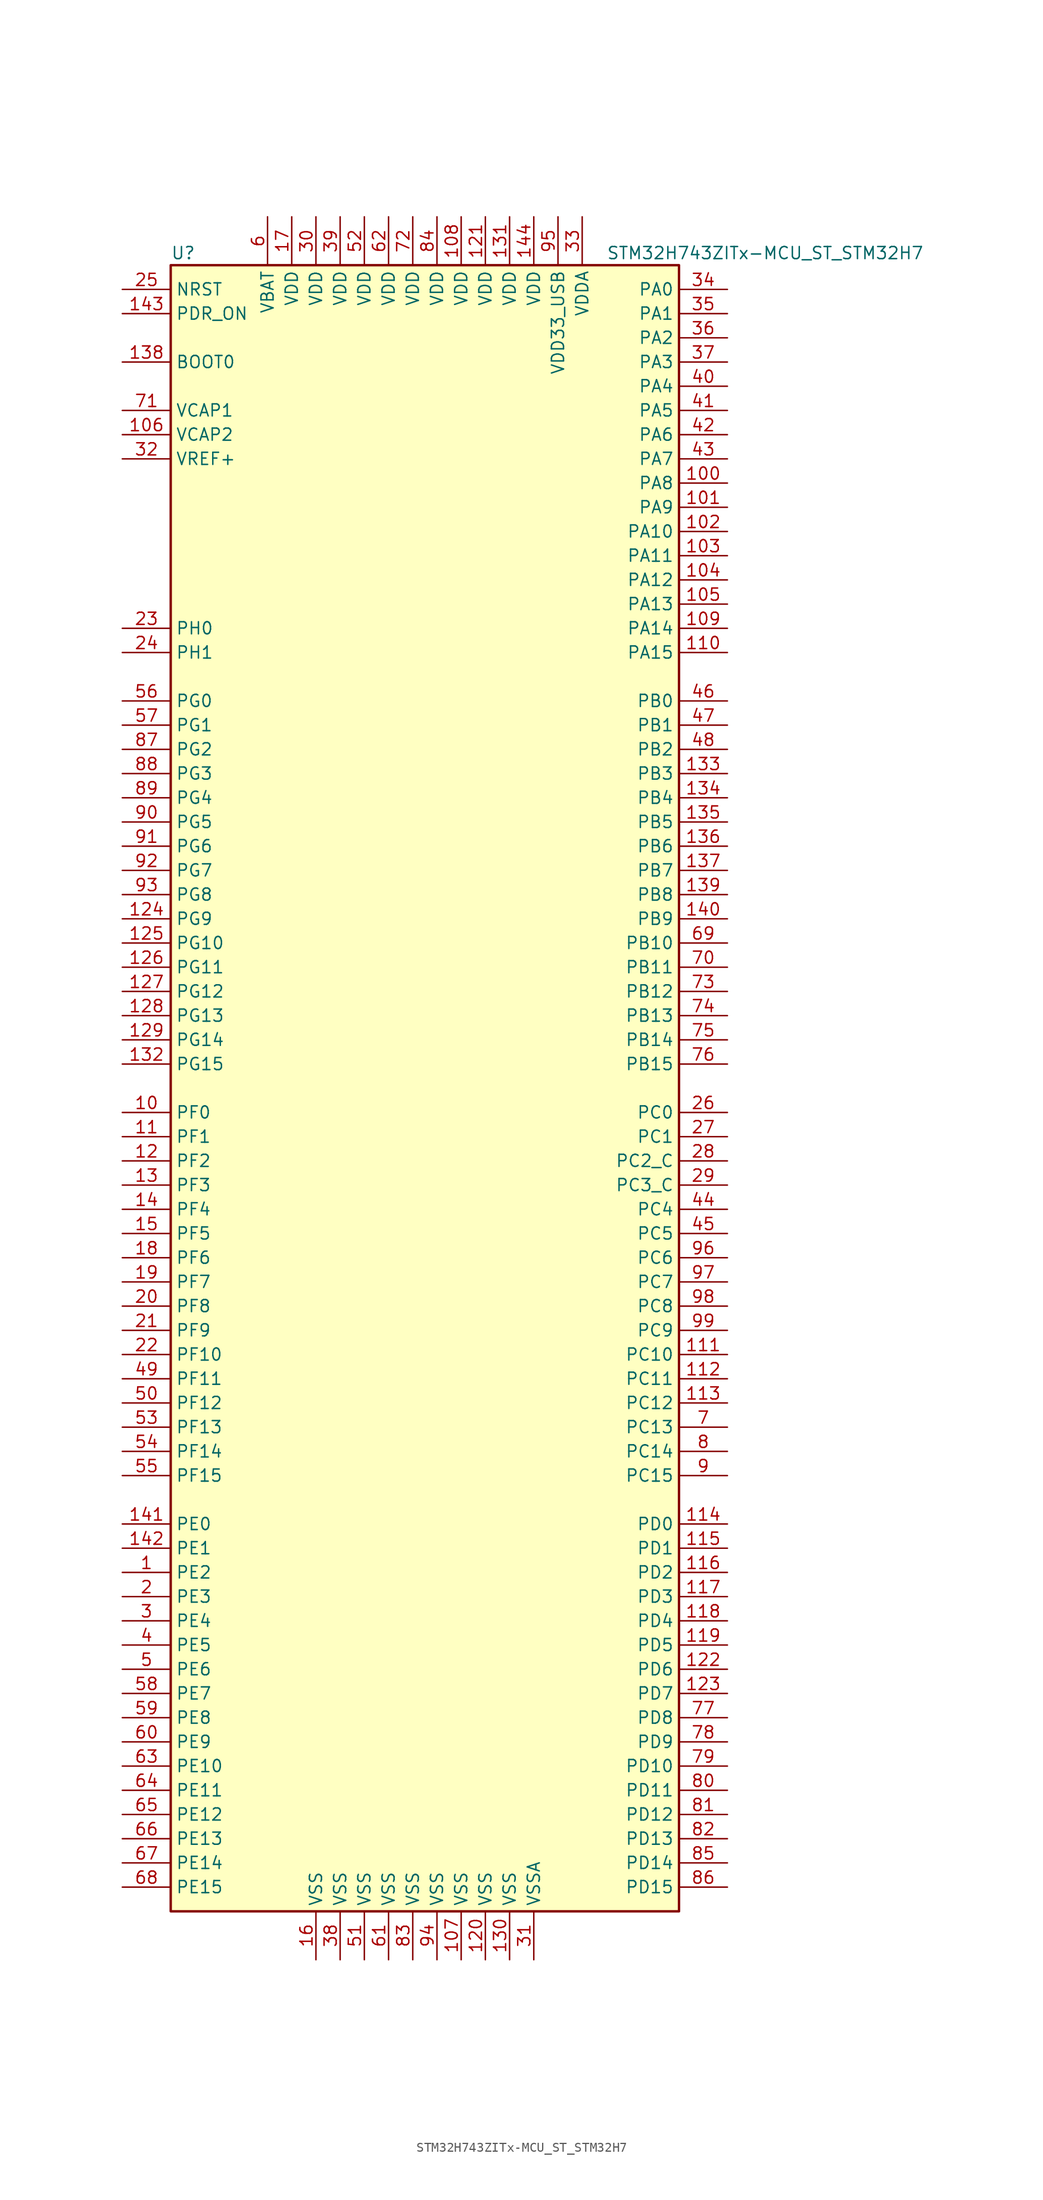
<source format=kicad_sym>
(kicad_symbol_lib
  (version 20210619)
  (generator kicad_symbol_editor)
  (symbol "FreeEEG32-ads131-rescue:STM32H743ZITx-MCU_ST_STM32H7"
    (property "Reference" "U"
      (at -27.94 87.63 0)
      (effects (font (size 1.27 1.27)) (justify left)))
    (property "Value" "STM32H743ZITx-MCU_ST_STM32H7"
      (at 17.78 87.63 0)
      (effects (font (size 1.27 1.27)) (justify left)))
    (symbol "STM32H743ZITx-MCU_ST_STM32H7_0_1"
      (rectangle (start -27.94 -86.36) (end 25.4 86.36) (stroke (width 0.254)) (fill (type background))))
    (symbol "STM32H743ZITx-MCU_ST_STM32H7_1_1"
      (pin bidirectional line (at -33.02 -50.8 0) (length 5.08) (name "PE2" (effects (font (size 1.27 1.27)))) (number "1" (effects (font (size 1.27 1.27)))))
      (pin bidirectional line (at -33.02 -2.54 0) (length 5.08) (name "PF0" (effects (font (size 1.27 1.27)))) (number "10" (effects (font (size 1.27 1.27)))))
      (pin bidirectional line (at 30.48 63.5 180) (length 5.08) (name "PA8" (effects (font (size 1.27 1.27)))) (number "100" (effects (font (size 1.27 1.27)))))
      (pin bidirectional line (at 30.48 60.96 180) (length 5.08) (name "PA9" (effects (font (size 1.27 1.27)))) (number "101" (effects (font (size 1.27 1.27)))))
      (pin bidirectional line (at 30.48 58.42 180) (length 5.08) (name "PA10" (effects (font (size 1.27 1.27)))) (number "102" (effects (font (size 1.27 1.27)))))
      (pin bidirectional line (at 30.48 55.88 180) (length 5.08) (name "PA11" (effects (font (size 1.27 1.27)))) (number "103" (effects (font (size 1.27 1.27)))))
      (pin bidirectional line (at 30.48 53.34 180) (length 5.08) (name "PA12" (effects (font (size 1.27 1.27)))) (number "104" (effects (font (size 1.27 1.27)))))
      (pin bidirectional line (at 30.48 50.8 180) (length 5.08) (name "PA13" (effects (font (size 1.27 1.27)))) (number "105" (effects (font (size 1.27 1.27)))))
      (pin power_in line (at -33.02 68.58 0) (length 5.08) (name "VCAP2" (effects (font (size 1.27 1.27)))) (number "106" (effects (font (size 1.27 1.27)))))
      (pin power_in line (at 2.54 -91.44 90) (length 5.08) (name "VSS" (effects (font (size 1.27 1.27)))) (number "107" (effects (font (size 1.27 1.27)))))
      (pin power_in line (at 2.54 91.44 270) (length 5.08) (name "VDD" (effects (font (size 1.27 1.27)))) (number "108" (effects (font (size 1.27 1.27)))))
      (pin bidirectional line (at 30.48 48.26 180) (length 5.08) (name "PA14" (effects (font (size 1.27 1.27)))) (number "109" (effects (font (size 1.27 1.27)))))
      (pin bidirectional line (at -33.02 -5.08 0) (length 5.08) (name "PF1" (effects (font (size 1.27 1.27)))) (number "11" (effects (font (size 1.27 1.27)))))
      (pin bidirectional line (at 30.48 45.72 180) (length 5.08) (name "PA15" (effects (font (size 1.27 1.27)))) (number "110" (effects (font (size 1.27 1.27)))))
      (pin bidirectional line (at 30.48 -27.94 180) (length 5.08) (name "PC10" (effects (font (size 1.27 1.27)))) (number "111" (effects (font (size 1.27 1.27)))))
      (pin bidirectional line (at 30.48 -30.48 180) (length 5.08) (name "PC11" (effects (font (size 1.27 1.27)))) (number "112" (effects (font (size 1.27 1.27)))))
      (pin bidirectional line (at 30.48 -33.02 180) (length 5.08) (name "PC12" (effects (font (size 1.27 1.27)))) (number "113" (effects (font (size 1.27 1.27)))))
      (pin bidirectional line (at 30.48 -45.72 180) (length 5.08) (name "PD0" (effects (font (size 1.27 1.27)))) (number "114" (effects (font (size 1.27 1.27)))))
      (pin bidirectional line (at 30.48 -48.26 180) (length 5.08) (name "PD1" (effects (font (size 1.27 1.27)))) (number "115" (effects (font (size 1.27 1.27)))))
      (pin bidirectional line (at 30.48 -50.8 180) (length 5.08) (name "PD2" (effects (font (size 1.27 1.27)))) (number "116" (effects (font (size 1.27 1.27)))))
      (pin bidirectional line (at 30.48 -53.34 180) (length 5.08) (name "PD3" (effects (font (size 1.27 1.27)))) (number "117" (effects (font (size 1.27 1.27)))))
      (pin bidirectional line (at 30.48 -55.88 180) (length 5.08) (name "PD4" (effects (font (size 1.27 1.27)))) (number "118" (effects (font (size 1.27 1.27)))))
      (pin bidirectional line (at 30.48 -58.42 180) (length 5.08) (name "PD5" (effects (font (size 1.27 1.27)))) (number "119" (effects (font (size 1.27 1.27)))))
      (pin bidirectional line (at -33.02 -7.62 0) (length 5.08) (name "PF2" (effects (font (size 1.27 1.27)))) (number "12" (effects (font (size 1.27 1.27)))))
      (pin power_in line (at 5.08 -91.44 90) (length 5.08) (name "VSS" (effects (font (size 1.27 1.27)))) (number "120" (effects (font (size 1.27 1.27)))))
      (pin power_in line (at 5.08 91.44 270) (length 5.08) (name "VDD" (effects (font (size 1.27 1.27)))) (number "121" (effects (font (size 1.27 1.27)))))
      (pin bidirectional line (at 30.48 -60.96 180) (length 5.08) (name "PD6" (effects (font (size 1.27 1.27)))) (number "122" (effects (font (size 1.27 1.27)))))
      (pin bidirectional line (at 30.48 -63.5 180) (length 5.08) (name "PD7" (effects (font (size 1.27 1.27)))) (number "123" (effects (font (size 1.27 1.27)))))
      (pin bidirectional line (at -33.02 17.78 0) (length 5.08) (name "PG9" (effects (font (size 1.27 1.27)))) (number "124" (effects (font (size 1.27 1.27)))))
      (pin bidirectional line (at -33.02 15.24 0) (length 5.08) (name "PG10" (effects (font (size 1.27 1.27)))) (number "125" (effects (font (size 1.27 1.27)))))
      (pin bidirectional line (at -33.02 12.7 0) (length 5.08) (name "PG11" (effects (font (size 1.27 1.27)))) (number "126" (effects (font (size 1.27 1.27)))))
      (pin bidirectional line (at -33.02 10.16 0) (length 5.08) (name "PG12" (effects (font (size 1.27 1.27)))) (number "127" (effects (font (size 1.27 1.27)))))
      (pin bidirectional line (at -33.02 7.62 0) (length 5.08) (name "PG13" (effects (font (size 1.27 1.27)))) (number "128" (effects (font (size 1.27 1.27)))))
      (pin bidirectional line (at -33.02 5.08 0) (length 5.08) (name "PG14" (effects (font (size 1.27 1.27)))) (number "129" (effects (font (size 1.27 1.27)))))
      (pin bidirectional line (at -33.02 -10.16 0) (length 5.08) (name "PF3" (effects (font (size 1.27 1.27)))) (number "13" (effects (font (size 1.27 1.27)))))
      (pin power_in line (at 7.62 -91.44 90) (length 5.08) (name "VSS" (effects (font (size 1.27 1.27)))) (number "130" (effects (font (size 1.27 1.27)))))
      (pin power_in line (at 7.62 91.44 270) (length 5.08) (name "VDD" (effects (font (size 1.27 1.27)))) (number "131" (effects (font (size 1.27 1.27)))))
      (pin bidirectional line (at -33.02 2.54 0) (length 5.08) (name "PG15" (effects (font (size 1.27 1.27)))) (number "132" (effects (font (size 1.27 1.27)))))
      (pin bidirectional line (at 30.48 33.02 180) (length 5.08) (name "PB3" (effects (font (size 1.27 1.27)))) (number "133" (effects (font (size 1.27 1.27)))))
      (pin bidirectional line (at 30.48 30.48 180) (length 5.08) (name "PB4" (effects (font (size 1.27 1.27)))) (number "134" (effects (font (size 1.27 1.27)))))
      (pin bidirectional line (at 30.48 27.94 180) (length 5.08) (name "PB5" (effects (font (size 1.27 1.27)))) (number "135" (effects (font (size 1.27 1.27)))))
      (pin bidirectional line (at 30.48 25.4 180) (length 5.08) (name "PB6" (effects (font (size 1.27 1.27)))) (number "136" (effects (font (size 1.27 1.27)))))
      (pin bidirectional line (at 30.48 22.86 180) (length 5.08) (name "PB7" (effects (font (size 1.27 1.27)))) (number "137" (effects (font (size 1.27 1.27)))))
      (pin input line (at -33.02 76.2 0) (length 5.08) (name "BOOT0" (effects (font (size 1.27 1.27)))) (number "138" (effects (font (size 1.27 1.27)))))
      (pin bidirectional line (at 30.48 20.32 180) (length 5.08) (name "PB8" (effects (font (size 1.27 1.27)))) (number "139" (effects (font (size 1.27 1.27)))))
      (pin bidirectional line (at -33.02 -12.7 0) (length 5.08) (name "PF4" (effects (font (size 1.27 1.27)))) (number "14" (effects (font (size 1.27 1.27)))))
      (pin bidirectional line (at 30.48 17.78 180) (length 5.08) (name "PB9" (effects (font (size 1.27 1.27)))) (number "140" (effects (font (size 1.27 1.27)))))
      (pin bidirectional line (at -33.02 -45.72 0) (length 5.08) (name "PE0" (effects (font (size 1.27 1.27)))) (number "141" (effects (font (size 1.27 1.27)))))
      (pin bidirectional line (at -33.02 -48.26 0) (length 5.08) (name "PE1" (effects (font (size 1.27 1.27)))) (number "142" (effects (font (size 1.27 1.27)))))
      (pin input line (at -33.02 81.28 0) (length 5.08) (name "PDR_ON" (effects (font (size 1.27 1.27)))) (number "143" (effects (font (size 1.27 1.27)))))
      (pin power_in line (at 10.16 91.44 270) (length 5.08) (name "VDD" (effects (font (size 1.27 1.27)))) (number "144" (effects (font (size 1.27 1.27)))))
      (pin bidirectional line (at -33.02 -15.24 0) (length 5.08) (name "PF5" (effects (font (size 1.27 1.27)))) (number "15" (effects (font (size 1.27 1.27)))))
      (pin power_in line (at -12.7 -91.44 90) (length 5.08) (name "VSS" (effects (font (size 1.27 1.27)))) (number "16" (effects (font (size 1.27 1.27)))))
      (pin power_in line (at -15.24 91.44 270) (length 5.08) (name "VDD" (effects (font (size 1.27 1.27)))) (number "17" (effects (font (size 1.27 1.27)))))
      (pin bidirectional line (at -33.02 -17.78 0) (length 5.08) (name "PF6" (effects (font (size 1.27 1.27)))) (number "18" (effects (font (size 1.27 1.27)))))
      (pin bidirectional line (at -33.02 -20.32 0) (length 5.08) (name "PF7" (effects (font (size 1.27 1.27)))) (number "19" (effects (font (size 1.27 1.27)))))
      (pin bidirectional line (at -33.02 -53.34 0) (length 5.08) (name "PE3" (effects (font (size 1.27 1.27)))) (number "2" (effects (font (size 1.27 1.27)))))
      (pin bidirectional line (at -33.02 -22.86 0) (length 5.08) (name "PF8" (effects (font (size 1.27 1.27)))) (number "20" (effects (font (size 1.27 1.27)))))
      (pin bidirectional line (at -33.02 -25.4 0) (length 5.08) (name "PF9" (effects (font (size 1.27 1.27)))) (number "21" (effects (font (size 1.27 1.27)))))
      (pin bidirectional line (at -33.02 -27.94 0) (length 5.08) (name "PF10" (effects (font (size 1.27 1.27)))) (number "22" (effects (font (size 1.27 1.27)))))
      (pin input line (at -33.02 48.26 0) (length 5.08) (name "PH0" (effects (font (size 1.27 1.27)))) (number "23" (effects (font (size 1.27 1.27)))))
      (pin input line (at -33.02 45.72 0) (length 5.08) (name "PH1" (effects (font (size 1.27 1.27)))) (number "24" (effects (font (size 1.27 1.27)))))
      (pin input line (at -33.02 83.82 0) (length 5.08) (name "NRST" (effects (font (size 1.27 1.27)))) (number "25" (effects (font (size 1.27 1.27)))))
      (pin bidirectional line (at 30.48 -2.54 180) (length 5.08) (name "PC0" (effects (font (size 1.27 1.27)))) (number "26" (effects (font (size 1.27 1.27)))))
      (pin bidirectional line (at 30.48 -5.08 180) (length 5.08) (name "PC1" (effects (font (size 1.27 1.27)))) (number "27" (effects (font (size 1.27 1.27)))))
      (pin bidirectional line (at 30.48 -7.62 180) (length 5.08) (name "PC2_C" (effects (font (size 1.27 1.27)))) (number "28" (effects (font (size 1.27 1.27)))))
      (pin bidirectional line (at 30.48 -10.16 180) (length 5.08) (name "PC3_C" (effects (font (size 1.27 1.27)))) (number "29" (effects (font (size 1.27 1.27)))))
      (pin bidirectional line (at -33.02 -55.88 0) (length 5.08) (name "PE4" (effects (font (size 1.27 1.27)))) (number "3" (effects (font (size 1.27 1.27)))))
      (pin power_in line (at -12.7 91.44 270) (length 5.08) (name "VDD" (effects (font (size 1.27 1.27)))) (number "30" (effects (font (size 1.27 1.27)))))
      (pin power_in line (at 10.16 -91.44 90) (length 5.08) (name "VSSA" (effects (font (size 1.27 1.27)))) (number "31" (effects (font (size 1.27 1.27)))))
      (pin bidirectional line (at -33.02 66.04 0) (length 5.08) (name "VREF+" (effects (font (size 1.27 1.27)))) (number "32" (effects (font (size 1.27 1.27)))))
      (pin power_in line (at 15.24 91.44 270) (length 5.08) (name "VDDA" (effects (font (size 1.27 1.27)))) (number "33" (effects (font (size 1.27 1.27)))))
      (pin bidirectional line (at 30.48 83.82 180) (length 5.08) (name "PA0" (effects (font (size 1.27 1.27)))) (number "34" (effects (font (size 1.27 1.27)))))
      (pin bidirectional line (at 30.48 81.28 180) (length 5.08) (name "PA1" (effects (font (size 1.27 1.27)))) (number "35" (effects (font (size 1.27 1.27)))))
      (pin bidirectional line (at 30.48 78.74 180) (length 5.08) (name "PA2" (effects (font (size 1.27 1.27)))) (number "36" (effects (font (size 1.27 1.27)))))
      (pin bidirectional line (at 30.48 76.2 180) (length 5.08) (name "PA3" (effects (font (size 1.27 1.27)))) (number "37" (effects (font (size 1.27 1.27)))))
      (pin power_in line (at -10.16 -91.44 90) (length 5.08) (name "VSS" (effects (font (size 1.27 1.27)))) (number "38" (effects (font (size 1.27 1.27)))))
      (pin power_in line (at -10.16 91.44 270) (length 5.08) (name "VDD" (effects (font (size 1.27 1.27)))) (number "39" (effects (font (size 1.27 1.27)))))
      (pin bidirectional line (at -33.02 -58.42 0) (length 5.08) (name "PE5" (effects (font (size 1.27 1.27)))) (number "4" (effects (font (size 1.27 1.27)))))
      (pin bidirectional line (at 30.48 73.66 180) (length 5.08) (name "PA4" (effects (font (size 1.27 1.27)))) (number "40" (effects (font (size 1.27 1.27)))))
      (pin bidirectional line (at 30.48 71.12 180) (length 5.08) (name "PA5" (effects (font (size 1.27 1.27)))) (number "41" (effects (font (size 1.27 1.27)))))
      (pin bidirectional line (at 30.48 68.58 180) (length 5.08) (name "PA6" (effects (font (size 1.27 1.27)))) (number "42" (effects (font (size 1.27 1.27)))))
      (pin bidirectional line (at 30.48 66.04 180) (length 5.08) (name "PA7" (effects (font (size 1.27 1.27)))) (number "43" (effects (font (size 1.27 1.27)))))
      (pin bidirectional line (at 30.48 -12.7 180) (length 5.08) (name "PC4" (effects (font (size 1.27 1.27)))) (number "44" (effects (font (size 1.27 1.27)))))
      (pin bidirectional line (at 30.48 -15.24 180) (length 5.08) (name "PC5" (effects (font (size 1.27 1.27)))) (number "45" (effects (font (size 1.27 1.27)))))
      (pin bidirectional line (at 30.48 40.64 180) (length 5.08) (name "PB0" (effects (font (size 1.27 1.27)))) (number "46" (effects (font (size 1.27 1.27)))))
      (pin bidirectional line (at 30.48 38.1 180) (length 5.08) (name "PB1" (effects (font (size 1.27 1.27)))) (number "47" (effects (font (size 1.27 1.27)))))
      (pin bidirectional line (at 30.48 35.56 180) (length 5.08) (name "PB2" (effects (font (size 1.27 1.27)))) (number "48" (effects (font (size 1.27 1.27)))))
      (pin bidirectional line (at -33.02 -30.48 0) (length 5.08) (name "PF11" (effects (font (size 1.27 1.27)))) (number "49" (effects (font (size 1.27 1.27)))))
      (pin bidirectional line (at -33.02 -60.96 0) (length 5.08) (name "PE6" (effects (font (size 1.27 1.27)))) (number "5" (effects (font (size 1.27 1.27)))))
      (pin bidirectional line (at -33.02 -33.02 0) (length 5.08) (name "PF12" (effects (font (size 1.27 1.27)))) (number "50" (effects (font (size 1.27 1.27)))))
      (pin power_in line (at -7.62 -91.44 90) (length 5.08) (name "VSS" (effects (font (size 1.27 1.27)))) (number "51" (effects (font (size 1.27 1.27)))))
      (pin power_in line (at -7.62 91.44 270) (length 5.08) (name "VDD" (effects (font (size 1.27 1.27)))) (number "52" (effects (font (size 1.27 1.27)))))
      (pin bidirectional line (at -33.02 -35.56 0) (length 5.08) (name "PF13" (effects (font (size 1.27 1.27)))) (number "53" (effects (font (size 1.27 1.27)))))
      (pin bidirectional line (at -33.02 -38.1 0) (length 5.08) (name "PF14" (effects (font (size 1.27 1.27)))) (number "54" (effects (font (size 1.27 1.27)))))
      (pin bidirectional line (at -33.02 -40.64 0) (length 5.08) (name "PF15" (effects (font (size 1.27 1.27)))) (number "55" (effects (font (size 1.27 1.27)))))
      (pin bidirectional line (at -33.02 40.64 0) (length 5.08) (name "PG0" (effects (font (size 1.27 1.27)))) (number "56" (effects (font (size 1.27 1.27)))))
      (pin bidirectional line (at -33.02 38.1 0) (length 5.08) (name "PG1" (effects (font (size 1.27 1.27)))) (number "57" (effects (font (size 1.27 1.27)))))
      (pin bidirectional line (at -33.02 -63.5 0) (length 5.08) (name "PE7" (effects (font (size 1.27 1.27)))) (number "58" (effects (font (size 1.27 1.27)))))
      (pin bidirectional line (at -33.02 -66.04 0) (length 5.08) (name "PE8" (effects (font (size 1.27 1.27)))) (number "59" (effects (font (size 1.27 1.27)))))
      (pin power_in line (at -17.78 91.44 270) (length 5.08) (name "VBAT" (effects (font (size 1.27 1.27)))) (number "6" (effects (font (size 1.27 1.27)))))
      (pin bidirectional line (at -33.02 -68.58 0) (length 5.08) (name "PE9" (effects (font (size 1.27 1.27)))) (number "60" (effects (font (size 1.27 1.27)))))
      (pin power_in line (at -5.08 -91.44 90) (length 5.08) (name "VSS" (effects (font (size 1.27 1.27)))) (number "61" (effects (font (size 1.27 1.27)))))
      (pin power_in line (at -5.08 91.44 270) (length 5.08) (name "VDD" (effects (font (size 1.27 1.27)))) (number "62" (effects (font (size 1.27 1.27)))))
      (pin bidirectional line (at -33.02 -71.12 0) (length 5.08) (name "PE10" (effects (font (size 1.27 1.27)))) (number "63" (effects (font (size 1.27 1.27)))))
      (pin bidirectional line (at -33.02 -73.66 0) (length 5.08) (name "PE11" (effects (font (size 1.27 1.27)))) (number "64" (effects (font (size 1.27 1.27)))))
      (pin bidirectional line (at -33.02 -76.2 0) (length 5.08) (name "PE12" (effects (font (size 1.27 1.27)))) (number "65" (effects (font (size 1.27 1.27)))))
      (pin bidirectional line (at -33.02 -78.74 0) (length 5.08) (name "PE13" (effects (font (size 1.27 1.27)))) (number "66" (effects (font (size 1.27 1.27)))))
      (pin bidirectional line (at -33.02 -81.28 0) (length 5.08) (name "PE14" (effects (font (size 1.27 1.27)))) (number "67" (effects (font (size 1.27 1.27)))))
      (pin bidirectional line (at -33.02 -83.82 0) (length 5.08) (name "PE15" (effects (font (size 1.27 1.27)))) (number "68" (effects (font (size 1.27 1.27)))))
      (pin bidirectional line (at 30.48 15.24 180) (length 5.08) (name "PB10" (effects (font (size 1.27 1.27)))) (number "69" (effects (font (size 1.27 1.27)))))
      (pin bidirectional line (at 30.48 -35.56 180) (length 5.08) (name "PC13" (effects (font (size 1.27 1.27)))) (number "7" (effects (font (size 1.27 1.27)))))
      (pin bidirectional line (at 30.48 12.7 180) (length 5.08) (name "PB11" (effects (font (size 1.27 1.27)))) (number "70" (effects (font (size 1.27 1.27)))))
      (pin power_in line (at -33.02 71.12 0) (length 5.08) (name "VCAP1" (effects (font (size 1.27 1.27)))) (number "71" (effects (font (size 1.27 1.27)))))
      (pin power_in line (at -2.54 91.44 270) (length 5.08) (name "VDD" (effects (font (size 1.27 1.27)))) (number "72" (effects (font (size 1.27 1.27)))))
      (pin bidirectional line (at 30.48 10.16 180) (length 5.08) (name "PB12" (effects (font (size 1.27 1.27)))) (number "73" (effects (font (size 1.27 1.27)))))
      (pin bidirectional line (at 30.48 7.62 180) (length 5.08) (name "PB13" (effects (font (size 1.27 1.27)))) (number "74" (effects (font (size 1.27 1.27)))))
      (pin bidirectional line (at 30.48 5.08 180) (length 5.08) (name "PB14" (effects (font (size 1.27 1.27)))) (number "75" (effects (font (size 1.27 1.27)))))
      (pin bidirectional line (at 30.48 2.54 180) (length 5.08) (name "PB15" (effects (font (size 1.27 1.27)))) (number "76" (effects (font (size 1.27 1.27)))))
      (pin bidirectional line (at 30.48 -66.04 180) (length 5.08) (name "PD8" (effects (font (size 1.27 1.27)))) (number "77" (effects (font (size 1.27 1.27)))))
      (pin bidirectional line (at 30.48 -68.58 180) (length 5.08) (name "PD9" (effects (font (size 1.27 1.27)))) (number "78" (effects (font (size 1.27 1.27)))))
      (pin bidirectional line (at 30.48 -71.12 180) (length 5.08) (name "PD10" (effects (font (size 1.27 1.27)))) (number "79" (effects (font (size 1.27 1.27)))))
      (pin bidirectional line (at 30.48 -38.1 180) (length 5.08) (name "PC14" (effects (font (size 1.27 1.27)))) (number "8" (effects (font (size 1.27 1.27)))))
      (pin bidirectional line (at 30.48 -73.66 180) (length 5.08) (name "PD11" (effects (font (size 1.27 1.27)))) (number "80" (effects (font (size 1.27 1.27)))))
      (pin bidirectional line (at 30.48 -76.2 180) (length 5.08) (name "PD12" (effects (font (size 1.27 1.27)))) (number "81" (effects (font (size 1.27 1.27)))))
      (pin bidirectional line (at 30.48 -78.74 180) (length 5.08) (name "PD13" (effects (font (size 1.27 1.27)))) (number "82" (effects (font (size 1.27 1.27)))))
      (pin power_in line (at -2.54 -91.44 90) (length 5.08) (name "VSS" (effects (font (size 1.27 1.27)))) (number "83" (effects (font (size 1.27 1.27)))))
      (pin power_in line (at 0 91.44 270) (length 5.08) (name "VDD" (effects (font (size 1.27 1.27)))) (number "84" (effects (font (size 1.27 1.27)))))
      (pin bidirectional line (at 30.48 -81.28 180) (length 5.08) (name "PD14" (effects (font (size 1.27 1.27)))) (number "85" (effects (font (size 1.27 1.27)))))
      (pin bidirectional line (at 30.48 -83.82 180) (length 5.08) (name "PD15" (effects (font (size 1.27 1.27)))) (number "86" (effects (font (size 1.27 1.27)))))
      (pin bidirectional line (at -33.02 35.56 0) (length 5.08) (name "PG2" (effects (font (size 1.27 1.27)))) (number "87" (effects (font (size 1.27 1.27)))))
      (pin bidirectional line (at -33.02 33.02 0) (length 5.08) (name "PG3" (effects (font (size 1.27 1.27)))) (number "88" (effects (font (size 1.27 1.27)))))
      (pin bidirectional line (at -33.02 30.48 0) (length 5.08) (name "PG4" (effects (font (size 1.27 1.27)))) (number "89" (effects (font (size 1.27 1.27)))))
      (pin bidirectional line (at 30.48 -40.64 180) (length 5.08) (name "PC15" (effects (font (size 1.27 1.27)))) (number "9" (effects (font (size 1.27 1.27)))))
      (pin bidirectional line (at -33.02 27.94 0) (length 5.08) (name "PG5" (effects (font (size 1.27 1.27)))) (number "90" (effects (font (size 1.27 1.27)))))
      (pin bidirectional line (at -33.02 25.4 0) (length 5.08) (name "PG6" (effects (font (size 1.27 1.27)))) (number "91" (effects (font (size 1.27 1.27)))))
      (pin bidirectional line (at -33.02 22.86 0) (length 5.08) (name "PG7" (effects (font (size 1.27 1.27)))) (number "92" (effects (font (size 1.27 1.27)))))
      (pin bidirectional line (at -33.02 20.32 0) (length 5.08) (name "PG8" (effects (font (size 1.27 1.27)))) (number "93" (effects (font (size 1.27 1.27)))))
      (pin power_in line (at 0 -91.44 90) (length 5.08) (name "VSS" (effects (font (size 1.27 1.27)))) (number "94" (effects (font (size 1.27 1.27)))))
      (pin power_in line (at 12.7 91.44 270) (length 5.08) (name "VDD33_USB" (effects (font (size 1.27 1.27)))) (number "95" (effects (font (size 1.27 1.27)))))
      (pin bidirectional line (at 30.48 -17.78 180) (length 5.08) (name "PC6" (effects (font (size 1.27 1.27)))) (number "96" (effects (font (size 1.27 1.27)))))
      (pin bidirectional line (at 30.48 -20.32 180) (length 5.08) (name "PC7" (effects (font (size 1.27 1.27)))) (number "97" (effects (font (size 1.27 1.27)))))
      (pin bidirectional line (at 30.48 -22.86 180) (length 5.08) (name "PC8" (effects (font (size 1.27 1.27)))) (number "98" (effects (font (size 1.27 1.27)))))
      (pin bidirectional line (at 30.48 -25.4 180) (length 5.08) (name "PC9" (effects (font (size 1.27 1.27)))) (number "99" (effects (font (size 1.27 1.27))))))))
</source>
